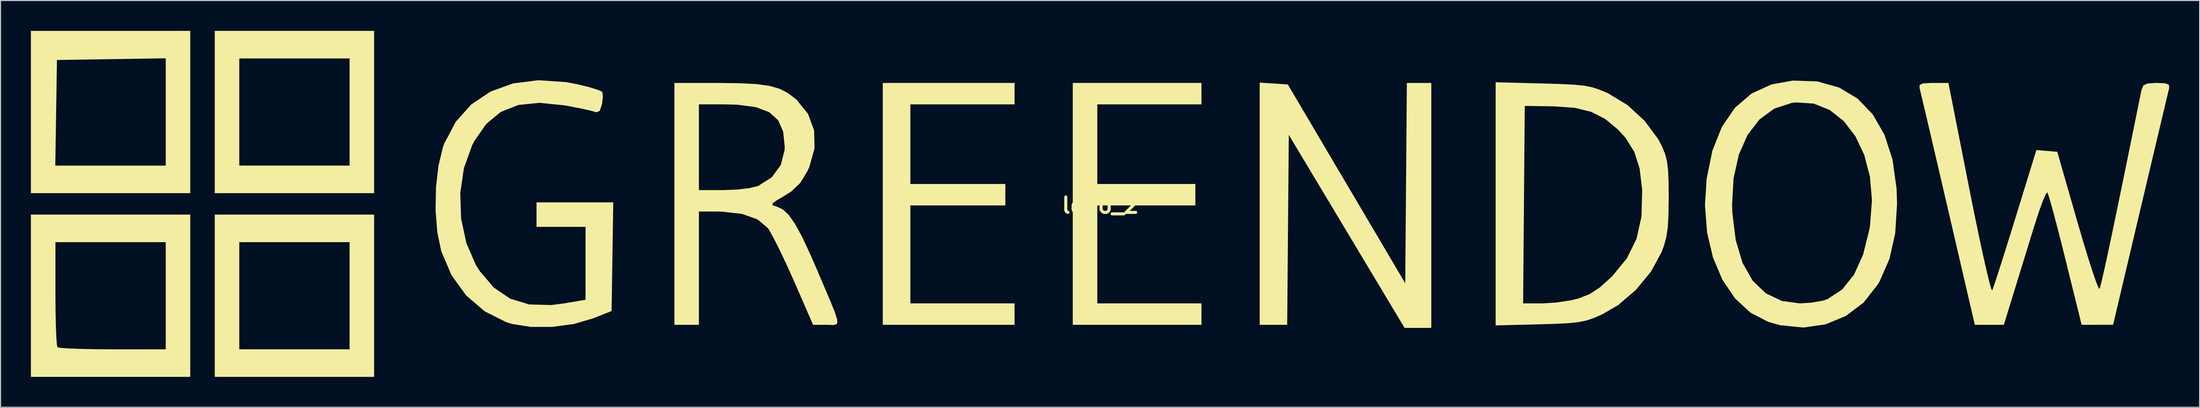
<source format=kicad_pcb>
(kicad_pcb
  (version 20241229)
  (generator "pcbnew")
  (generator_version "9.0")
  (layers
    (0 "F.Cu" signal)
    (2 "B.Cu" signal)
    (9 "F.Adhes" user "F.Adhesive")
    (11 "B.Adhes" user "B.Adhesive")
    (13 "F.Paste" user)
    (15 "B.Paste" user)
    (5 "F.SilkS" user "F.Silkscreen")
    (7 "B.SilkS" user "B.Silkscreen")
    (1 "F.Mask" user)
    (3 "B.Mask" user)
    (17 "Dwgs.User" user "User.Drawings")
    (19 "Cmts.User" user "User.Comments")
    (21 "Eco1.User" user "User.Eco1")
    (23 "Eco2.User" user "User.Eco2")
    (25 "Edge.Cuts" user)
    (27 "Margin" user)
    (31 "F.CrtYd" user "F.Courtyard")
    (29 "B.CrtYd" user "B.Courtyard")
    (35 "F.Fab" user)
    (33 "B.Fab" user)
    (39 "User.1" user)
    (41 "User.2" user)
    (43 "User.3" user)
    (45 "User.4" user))
  (footprint "logo_2"
    (layer "F.Cu")
    (at 105.531 17.236)
    (property "Reference" "logo_2" (at 0 0 0) (layer "F.SilkS") (effects (font (size 1.524 1.524) (thickness 0.3))))
    (attr board_only exclude_from_pos_files exclude_from_bom)
    (fp_poly (pts (xy -71.664 -1.21) (xy -87.388 -1.21) (xy -87.388 -3.931) (xy -84.969 -3.931) (xy -74.083 -3.931) (xy -74.083 -14.514) (xy -84.969 -14.514) (xy -84.969 -3.931) (xy -87.388 -3.931) (xy -87.388 -17.236) (xy -71.664 -17.236)) (stroke (width 0) (type solid)) (fill yes) (layer "F.SilkS"))
    (fp_poly (pts (xy -71.664 16.933) (xy -87.388 16.933) (xy -87.388 14.212) (xy -84.969 14.212) (xy -74.083 14.212) (xy -74.083 3.629) (xy -84.969 3.629) (xy -84.969 14.212) (xy -87.388 14.212) (xy -87.388 0.907) (xy -71.664 0.907)) (stroke (width 0) (type solid)) (fill yes) (layer "F.SilkS"))
    (fp_poly (pts (xy -8.467 -9.979) (xy -18.748 -9.979) (xy -18.748 -2.117) (xy -9.374 -2.117) (xy -9.374 0) (xy -18.748 0) (xy -18.748 9.676) (xy -8.467 9.676) (xy -8.467 11.793) (xy -21.469 11.793) (xy -21.469 -12.095) (xy -8.467 -12.095)) (stroke (width 0) (type solid)) (fill yes) (layer "F.SilkS"))
    (fp_poly (pts (xy 9.979 -9.979) (xy -0.302 -9.979) (xy -0.302 -2.117) (xy 9.374 -2.117) (xy 9.374 0) (xy -0.302 0) (xy -0.302 9.676) (xy 9.979 9.676) (xy 9.979 11.793) (xy -2.721 11.793) (xy -2.721 -12.095) (xy 9.979 -12.095)) (stroke (width 0) (type solid)) (fill yes) (layer "F.SilkS"))
    (fp_poly (pts (xy -89.807 -1.21) (xy -105.531 -1.21) (xy -105.531 -3.931) (xy -103.126 -3.931) (xy -92.226 -3.931) (xy -92.226 -14.528) (xy -97.593 -14.446) (xy -102.961 -14.363) (xy -103.043 -9.147) (xy -103.126 -3.931) (xy -105.531 -3.931) (xy -105.531 -17.236) (xy -89.807 -17.236)) (stroke (width 0) (type solid)) (fill yes) (layer "F.SilkS"))
    (fp_poly (pts (xy 18.5 -11.944) (xy 24.294 -2.127) (xy 30.087 7.69) (xy 30.167 -2.202) (xy 30.246 -12.095) (xy 32.657 -12.095) (xy 32.657 12.095) (xy 30.019 12.095) (xy 24.308 2.565) (xy 18.596 -6.965) (xy 18.437 11.793) (xy 15.724 11.793) (xy 15.724 -12.128)) (stroke (width 0) (type solid)) (fill yes) (layer "F.SilkS"))
    (fp_poly (pts (xy -89.807 16.933) (xy -105.531 16.933) (xy -105.531 8.719) (xy -103.112 8.719) (xy -103.1 10.415) (xy -103.069 11.896) (xy -103.021 13.058) (xy -102.961 13.797) (xy -102.91 14.01) (xy -102.556 14.076) (xy -101.699 14.133) (xy -100.442 14.177) (xy -98.887 14.204) (xy -97.467 14.212) (xy -92.226 14.212) (xy -92.226 3.629) (xy -103.112 3.629) (xy -103.112 8.719) (xy -105.531 8.719) (xy -105.531 0.907) (xy -89.807 0.907)) (stroke (width 0) (type solid)) (fill yes) (layer "F.SilkS"))
    (fp_poly (pts (xy -52.726 -12.177) (xy -51.595 -11.962) (xy -50.487 -11.69) (xy -49.628 -11.429) (xy -49.173 -11.229) (xy -49.144 -11.2) (xy -49.09 -10.752) (xy -49.174 -10.019) (xy -49.179 -9.993) (xy -49.392 -9.341) (xy -49.717 -9.194) (xy -49.858 -9.236) (xy -50.369 -9.377) (xy -51.304 -9.581) (xy -52.49 -9.81) (xy -52.917 -9.887) (xy -55.359 -10.132) (xy -57.425 -9.921) (xy -59.154 -9.236) (xy -60.587 -8.06) (xy -61.763 -6.376) (xy -61.992 -5.934) (xy -62.804 -3.671) (xy -63.163 -1.21) (xy -63.08 1.302) (xy -62.562 3.716) (xy -61.621 5.884) (xy -61.231 6.501) (xy -59.836 8.126) (xy -58.235 9.211) (xy -56.381 9.777) (xy -54.223 9.842) (xy -52.978 9.687) (xy -50.8 9.319) (xy -50.8 2.117) (xy -55.638 2.117) (xy -55.638 -0.302) (xy -48.065 -0.302) (xy -48.147 5.064) (xy -48.23 10.429) (xy -50.044 11.151) (xy -51.965 11.713) (xy -54.087 11.999) (xy -56.194 12) (xy -58.068 11.706) (xy -58.6 11.542) (xy -60.753 10.46) (xy -62.576 8.897) (xy -64.018 6.909) (xy -65.028 4.552) (xy -65.042 4.506) (xy -65.428 2.647) (xy -65.598 0.48) (xy -65.557 -1.786) (xy -65.311 -3.942) (xy -64.866 -5.776) (xy -64.751 -6.092) (xy -63.614 -8.247) (xy -62.078 -9.97) (xy -60.181 -11.241) (xy -57.963 -12.045) (xy -55.465 -12.363)) (stroke (width 0) (type solid)) (fill yes) (layer "F.SilkS"))
    (fp_poly (pts (xy 43.618 -12.042) (xy 45.423 -11.988) (xy 46.755 -11.922) (xy 47.743 -11.822) (xy 48.521 -11.67) (xy 49.219 -11.446) (xy 49.968 -11.13) (xy 50.115 -11.063) (xy 52.014 -9.913) (xy 53.717 -8.348) (xy 55.053 -6.536) (xy 55.433 -5.811) (xy 55.725 -5.093) (xy 55.917 -4.347) (xy 56.027 -3.425) (xy 56.077 -2.175) (xy 56.085 -0.756) (xy 56.064 0.919) (xy 55.994 2.154) (xy 55.854 3.116) (xy 55.621 3.969) (xy 55.379 4.622) (xy 54.336 6.54) (xy 52.852 8.338) (xy 51.087 9.848) (xy 49.525 10.76) (xy 48.721 11.11) (xy 47.999 11.357) (xy 47.22 11.521) (xy 46.244 11.626) (xy 44.931 11.694) (xy 43.316 11.741) (xy 39.007 11.85) (xy 39.007 9.676) (xy 41.72 9.676) (xy 43.635 9.676) (xy 44.996 9.592) (xy 46.417 9.377) (xy 47.168 9.196) (xy 48.255 8.772) (xy 49.262 8.121) (xy 50.386 7.114) (xy 50.526 6.975) (xy 51.959 5.229) (xy 52.906 3.303) (xy 53.398 1.105) (xy 53.467 -1.458) (xy 53.459 -1.611) (xy 53.214 -3.652) (xy 52.689 -5.289) (xy 51.817 -6.683) (xy 51.068 -7.502) (xy 49.797 -8.551) (xy 48.432 -9.244) (xy 46.814 -9.637) (xy 44.787 -9.784) (xy 44.661 -9.787) (xy 41.88 -9.827) (xy 41.8 -0.076) (xy 41.72 9.676) (xy 39.007 9.676) (xy 39.007 -12.16)) (stroke (width 0) (type solid)) (fill yes) (layer "F.SilkS"))
    (fp_poly (pts (xy 70.759 -12.244) (xy 72.899 -11.643) (xy 74.729 -10.547) (xy 76.231 -8.979) (xy 77.384 -6.961) (xy 78.171 -4.518) (xy 78.57 -1.672) (xy 78.619 -0.151) (xy 78.436 2.759) (xy 77.87 5.277) (xy 76.9 7.496) (xy 76.716 7.813) (xy 75.315 9.594) (xy 73.573 10.914) (xy 71.568 11.745) (xy 69.38 12.06) (xy 67.087 11.832) (xy 65.919 11.504) (xy 64.143 10.585) (xy 62.62 9.173) (xy 61.381 7.337) (xy 60.455 5.149) (xy 59.872 2.676) (xy 59.663 -0.012) (xy 59.666 -0.065) (xy 62.338 -0.065) (xy 62.367 0.756) (xy 62.7 3.442) (xy 63.369 5.669) (xy 64.362 7.422) (xy 65.667 8.685) (xy 67.271 9.441) (xy 69.028 9.675) (xy 70.192 9.602) (xy 71.268 9.413) (xy 71.75 9.26) (xy 73.189 8.318) (xy 74.366 6.844) (xy 75.269 4.858) (xy 75.888 2.378) (xy 75.95 2.001) (xy 76.141 -0.506) (xy 75.94 -2.851) (xy 75.386 -4.974) (xy 74.517 -6.815) (xy 73.37 -8.316) (xy 71.984 -9.416) (xy 70.396 -10.056) (xy 68.646 -10.175) (xy 68.228 -10.124) (xy 66.5 -9.559) (xy 65.036 -8.486) (xy 63.862 -6.953) (xy 63.004 -5.007) (xy 62.488 -2.695) (xy 62.338 -0.065) (xy 59.666 -0.065) (xy 59.826 -2.617) (xy 60.403 -5.427) (xy 61.342 -7.777) (xy 62.633 -9.655) (xy 64.266 -11.049) (xy 66.231 -11.948) (xy 68.331 -12.327)) (stroke (width 0) (type solid)) (fill yes) (layer "F.SilkS"))
    (fp_poly (pts (xy -37.722 -12.094) (xy -35.566 -12.068) (xy -33.905 -11.979) (xy -32.633 -11.802) (xy -31.641 -11.515) (xy -30.823 -11.094) (xy -30.07 -10.516) (xy -29.965 -10.423) (xy -28.838 -9.028) (xy -28.246 -7.407) (xy -28.203 -5.636) (xy -28.718 -3.79) (xy -28.911 -3.373) (xy -29.621 -2.208) (xy -30.503 -1.374) (xy -31.199 -0.932) (xy -32.023 -0.447) (xy -32.377 -0.168) (xy -32.321 -0.007) (xy -31.935 0.116) (xy -31.341 0.389) (xy -30.748 0.945) (xy -30.115 1.847) (xy -29.403 3.16) (xy -28.57 4.946) (xy -27.997 6.268) (xy -27.187 8.167) (xy -26.589 9.577) (xy -26.192 10.57) (xy -25.983 11.217) (xy -25.949 11.592) (xy -26.078 11.765) (xy -26.357 11.81) (xy -26.774 11.798) (xy -27.031 11.793) (xy -28.345 11.793) (xy -30.225 7.484) (xy -30.931 5.91) (xy -31.616 4.463) (xy -32.218 3.267) (xy -32.676 2.447) (xy -32.82 2.232) (xy -33.831 1.381) (xy -35.342 0.842) (xy -37.363 0.614) (xy -37.932 0.605) (xy -39.612 0.605) (xy -39.612 11.793) (xy -42.031 11.793) (xy -42.031 -1.512) (xy -39.612 -1.512) (xy -37.183 -1.512) (xy -35.836 -1.565) (xy -34.632 -1.708) (xy -33.796 -1.913) (xy -33.767 -1.924) (xy -32.417 -2.781) (xy -31.529 -3.995) (xy -31.154 -5.492) (xy -31.145 -5.783) (xy -31.299 -7.282) (xy -31.793 -8.411) (xy -32.677 -9.208) (xy -34.002 -9.708) (xy -35.818 -9.946) (xy -37.048 -9.979) (xy -39.612 -9.979) (xy -39.612 -1.512) (xy -42.031 -1.512) (xy -42.031 -12.095)) (stroke (width 0) (type solid)) (fill yes) (layer "F.SilkS"))
    (fp_poly (pts (xy 85.747 -1.652) (xy 86.228 0.752) (xy 86.681 2.939) (xy 87.09 4.845) (xy 87.443 6.408) (xy 87.723 7.562) (xy 87.917 8.245) (xy 88.008 8.402) (xy 88.151 8.012) (xy 88.444 7.13) (xy 88.858 5.843) (xy 89.366 4.237) (xy 89.94 2.398) (xy 90.289 1.271) (xy 92.368 -5.471) (xy 93.398 -5.381) (xy 94.429 -5.292) (xy 96.406 1.594) (xy 96.967 3.51) (xy 97.483 5.202) (xy 97.929 6.593) (xy 98.28 7.606) (xy 98.511 8.164) (xy 98.586 8.246) (xy 98.67 8.013) (xy 98.823 7.416) (xy 99.051 6.428) (xy 99.359 5.021) (xy 99.752 3.17) (xy 100.237 0.846) (xy 100.819 -1.977) (xy 101.505 -5.325) (xy 102.298 -9.226) (xy 102.742 -11.415) (xy 102.916 -11.842) (xy 103.324 -12.042) (xy 104.142 -12.095) (xy 104.241 -12.095) (xy 105.078 -12.059) (xy 105.445 -11.913) (xy 105.474 -11.6) (xy 105.466 -11.566) (xy 105.368 -11.162) (xy 105.147 -10.236) (xy 104.819 -8.856) (xy 104.4 -7.089) (xy 103.906 -5.003) (xy 103.352 -2.664) (xy 102.756 -0.141) (xy 102.634 0.376) (xy 99.937 11.788) (xy 98.386 11.791) (xy 96.834 11.793) (xy 95.245 5.367) (xy 94.771 3.478) (xy 94.335 1.787) (xy 93.96 0.383) (xy 93.67 -0.645) (xy 93.489 -1.211) (xy 93.452 -1.288) (xy 93.293 -1.106) (xy 93.004 -0.442) (xy 92.624 0.603) (xy 92.191 1.928) (xy 92.11 2.189) (xy 91.564 3.967) (xy 90.973 5.888) (xy 90.419 7.692) (xy 90.064 8.845) (xy 89.155 11.793) (xy 86.292 11.793) (xy 83.643 0.378) (xy 83.049 -2.176) (xy 82.495 -4.558) (xy 81.994 -6.701) (xy 81.564 -8.537) (xy 81.22 -9.999) (xy 80.978 -11.019) (xy 80.853 -11.531) (xy 80.844 -11.566) (xy 80.839 -11.883) (xy 81.141 -12.042) (xy 81.881 -12.093) (xy 82.192 -12.095) (xy 83.688 -12.095)) (stroke (width 0) (type solid)) (fill yes) (layer "F.SilkS")))
  (gr_rect
    (start -3 -3)
    (end 214.005 37.169)
    (stroke (width 0.1) (type default))
    (fill no)
    (layer "Edge.Cuts")))
</source>
